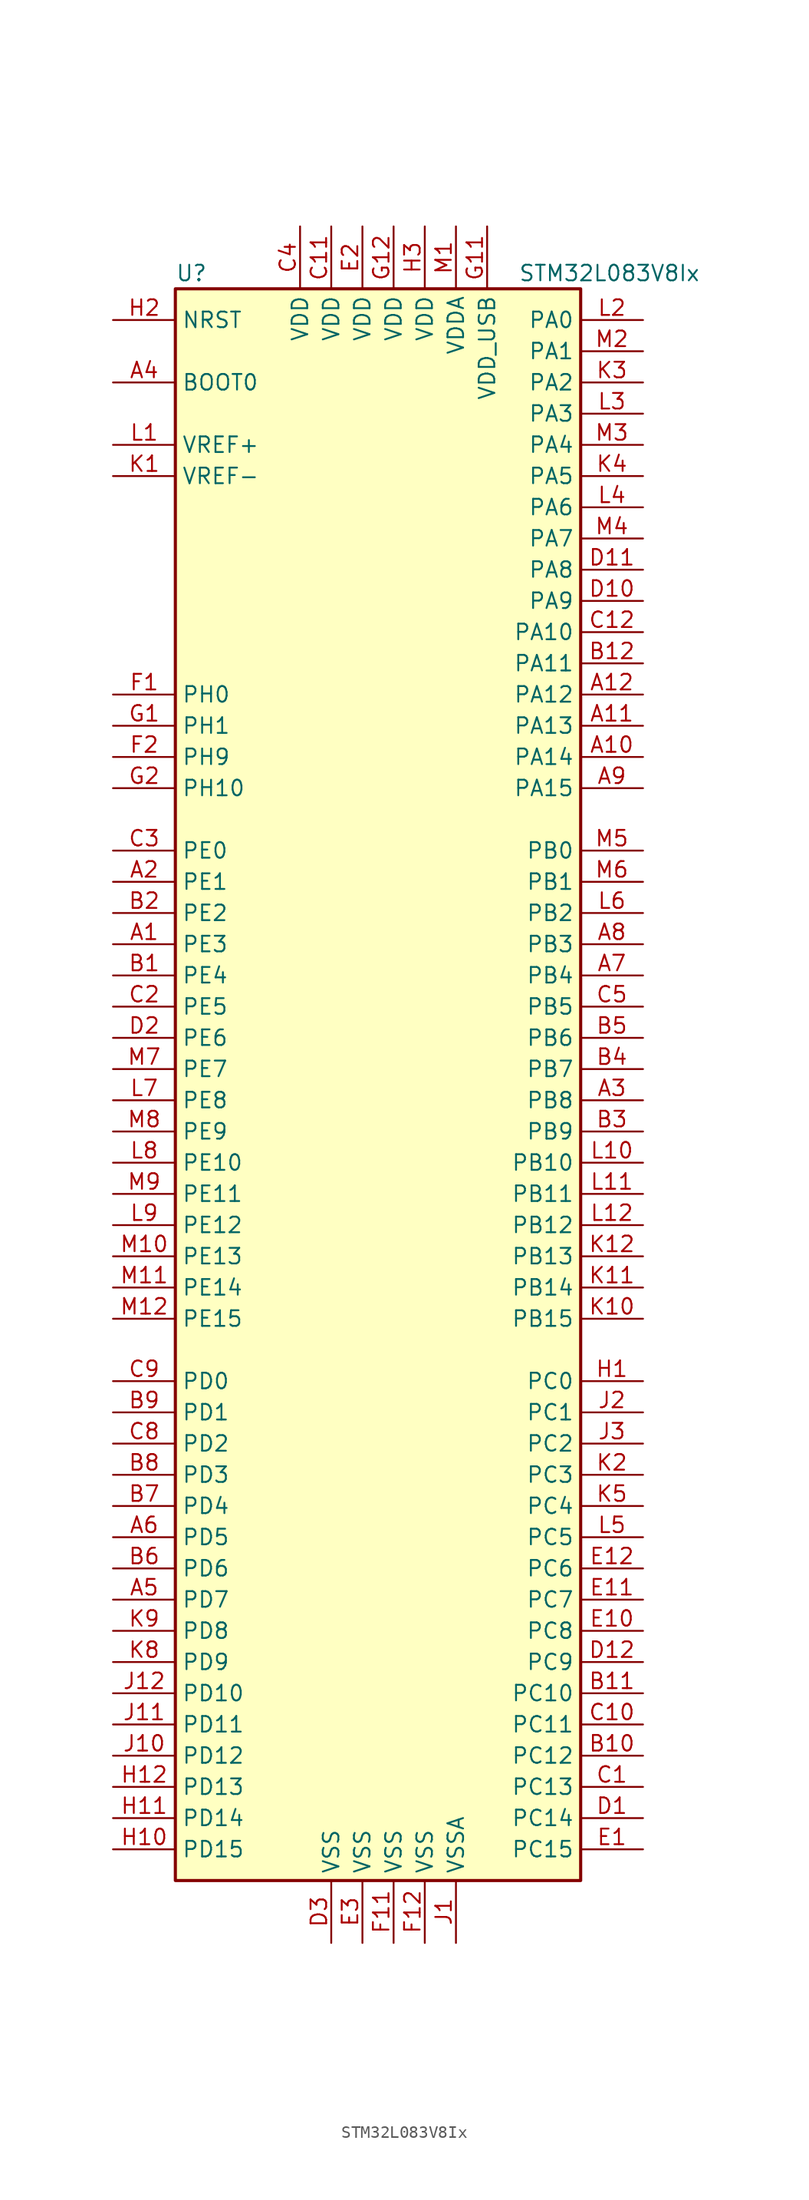
<source format=kicad_sym>
(kicad_symbol_lib
  (version 20201005)
  (generator kicad_symbol_editor)
  (symbol "STM32L083V8Ix"
    (property "Reference" "U"
      (at -17.78 64.77 0)
      (effects (font (size 1.27 1.27)) (justify left)))
    (property "Value" "STM32L083V8Ix"
      (at 10.16 64.77 0)
      (effects (font (size 1.27 1.27)) (justify left)))
    (symbol "STM32L083V8Ix_0_1"
      (rectangle (start -17.78 -66.04) (end 15.24 63.5) (stroke (width 0.254)) (fill (type background))))
    (symbol "STM32L083V8Ix_1_1"
      (pin bidirectional line (at -22.86 10.16 0) (length 5.08) (name "PE3" (effects (font (size 1.27 1.27)))) (number "A1" (effects (font (size 1.27 1.27)))))
      (pin bidirectional line (at 20.32 25.4 180) (length 5.08) (name "PA14" (effects (font (size 1.27 1.27)))) (number "A10" (effects (font (size 1.27 1.27)))))
      (pin bidirectional line (at 20.32 27.94 180) (length 5.08) (name "PA13" (effects (font (size 1.27 1.27)))) (number "A11" (effects (font (size 1.27 1.27)))))
      (pin bidirectional line (at 20.32 30.48 180) (length 5.08) (name "PA12" (effects (font (size 1.27 1.27)))) (number "A12" (effects (font (size 1.27 1.27)))))
      (pin bidirectional line (at -22.86 15.24 0) (length 5.08) (name "PE1" (effects (font (size 1.27 1.27)))) (number "A2" (effects (font (size 1.27 1.27)))))
      (pin bidirectional line (at 20.32 -2.54 180) (length 5.08) (name "PB8" (effects (font (size 1.27 1.27)))) (number "A3" (effects (font (size 1.27 1.27)))))
      (pin input line (at -22.86 55.88 0) (length 5.08) (name "BOOT0" (effects (font (size 1.27 1.27)))) (number "A4" (effects (font (size 1.27 1.27)))))
      (pin bidirectional line (at -22.86 -43.18 0) (length 5.08) (name "PD7" (effects (font (size 1.27 1.27)))) (number "A5" (effects (font (size 1.27 1.27)))))
      (pin bidirectional line (at -22.86 -38.1 0) (length 5.08) (name "PD5" (effects (font (size 1.27 1.27)))) (number "A6" (effects (font (size 1.27 1.27)))))
      (pin bidirectional line (at 20.32 7.62 180) (length 5.08) (name "PB4" (effects (font (size 1.27 1.27)))) (number "A7" (effects (font (size 1.27 1.27)))))
      (pin bidirectional line (at 20.32 10.16 180) (length 5.08) (name "PB3" (effects (font (size 1.27 1.27)))) (number "A8" (effects (font (size 1.27 1.27)))))
      (pin bidirectional line (at 20.32 22.86 180) (length 5.08) (name "PA15" (effects (font (size 1.27 1.27)))) (number "A9" (effects (font (size 1.27 1.27)))))
      (pin bidirectional line (at -22.86 7.62 0) (length 5.08) (name "PE4" (effects (font (size 1.27 1.27)))) (number "B1" (effects (font (size 1.27 1.27)))))
      (pin bidirectional line (at 20.32 -55.88 180) (length 5.08) (name "PC12" (effects (font (size 1.27 1.27)))) (number "B10" (effects (font (size 1.27 1.27)))))
      (pin bidirectional line (at 20.32 -50.8 180) (length 5.08) (name "PC10" (effects (font (size 1.27 1.27)))) (number "B11" (effects (font (size 1.27 1.27)))))
      (pin bidirectional line (at 20.32 33.02 180) (length 5.08) (name "PA11" (effects (font (size 1.27 1.27)))) (number "B12" (effects (font (size 1.27 1.27)))))
      (pin bidirectional line (at -22.86 12.7 0) (length 5.08) (name "PE2" (effects (font (size 1.27 1.27)))) (number "B2" (effects (font (size 1.27 1.27)))))
      (pin bidirectional line (at 20.32 -5.08 180) (length 5.08) (name "PB9" (effects (font (size 1.27 1.27)))) (number "B3" (effects (font (size 1.27 1.27)))))
      (pin bidirectional line (at 20.32 0 180) (length 5.08) (name "PB7" (effects (font (size 1.27 1.27)))) (number "B4" (effects (font (size 1.27 1.27)))))
      (pin bidirectional line (at 20.32 2.54 180) (length 5.08) (name "PB6" (effects (font (size 1.27 1.27)))) (number "B5" (effects (font (size 1.27 1.27)))))
      (pin bidirectional line (at -22.86 -40.64 0) (length 5.08) (name "PD6" (effects (font (size 1.27 1.27)))) (number "B6" (effects (font (size 1.27 1.27)))))
      (pin bidirectional line (at -22.86 -35.56 0) (length 5.08) (name "PD4" (effects (font (size 1.27 1.27)))) (number "B7" (effects (font (size 1.27 1.27)))))
      (pin bidirectional line (at -22.86 -33.02 0) (length 5.08) (name "PD3" (effects (font (size 1.27 1.27)))) (number "B8" (effects (font (size 1.27 1.27)))))
      (pin bidirectional line (at -22.86 -27.94 0) (length 5.08) (name "PD1" (effects (font (size 1.27 1.27)))) (number "B9" (effects (font (size 1.27 1.27)))))
      (pin bidirectional line (at 20.32 -58.42 180) (length 5.08) (name "PC13" (effects (font (size 1.27 1.27)))) (number "C1" (effects (font (size 1.27 1.27)))))
      (pin bidirectional line (at 20.32 -53.34 180) (length 5.08) (name "PC11" (effects (font (size 1.27 1.27)))) (number "C10" (effects (font (size 1.27 1.27)))))
      (pin power_in line (at -5.08 68.58 270) (length 5.08) (name "VDD" (effects (font (size 1.27 1.27)))) (number "C11" (effects (font (size 1.27 1.27)))))
      (pin bidirectional line (at 20.32 35.56 180) (length 5.08) (name "PA10" (effects (font (size 1.27 1.27)))) (number "C12" (effects (font (size 1.27 1.27)))))
      (pin bidirectional line (at -22.86 5.08 0) (length 5.08) (name "PE5" (effects (font (size 1.27 1.27)))) (number "C2" (effects (font (size 1.27 1.27)))))
      (pin bidirectional line (at -22.86 17.78 0) (length 5.08) (name "PE0" (effects (font (size 1.27 1.27)))) (number "C3" (effects (font (size 1.27 1.27)))))
      (pin power_in line (at -7.62 68.58 270) (length 5.08) (name "VDD" (effects (font (size 1.27 1.27)))) (number "C4" (effects (font (size 1.27 1.27)))))
      (pin bidirectional line (at 20.32 5.08 180) (length 5.08) (name "PB5" (effects (font (size 1.27 1.27)))) (number "C5" (effects (font (size 1.27 1.27)))))
      (pin bidirectional line (at -22.86 -30.48 0) (length 5.08) (name "PD2" (effects (font (size 1.27 1.27)))) (number "C8" (effects (font (size 1.27 1.27)))))
      (pin bidirectional line (at -22.86 -25.4 0) (length 5.08) (name "PD0" (effects (font (size 1.27 1.27)))) (number "C9" (effects (font (size 1.27 1.27)))))
      (pin bidirectional line (at 20.32 -60.96 180) (length 5.08) (name "PC14" (effects (font (size 1.27 1.27)))) (number "D1" (effects (font (size 1.27 1.27)))))
      (pin bidirectional line (at 20.32 38.1 180) (length 5.08) (name "PA9" (effects (font (size 1.27 1.27)))) (number "D10" (effects (font (size 1.27 1.27)))))
      (pin bidirectional line (at 20.32 40.64 180) (length 5.08) (name "PA8" (effects (font (size 1.27 1.27)))) (number "D11" (effects (font (size 1.27 1.27)))))
      (pin bidirectional line (at 20.32 -48.26 180) (length 5.08) (name "PC9" (effects (font (size 1.27 1.27)))) (number "D12" (effects (font (size 1.27 1.27)))))
      (pin bidirectional line (at -22.86 2.54 0) (length 5.08) (name "PE6" (effects (font (size 1.27 1.27)))) (number "D2" (effects (font (size 1.27 1.27)))))
      (pin power_in line (at -5.08 -71.12 90) (length 5.08) (name "VSS" (effects (font (size 1.27 1.27)))) (number "D3" (effects (font (size 1.27 1.27)))))
      (pin bidirectional line (at 20.32 -63.5 180) (length 5.08) (name "PC15" (effects (font (size 1.27 1.27)))) (number "E1" (effects (font (size 1.27 1.27)))))
      (pin bidirectional line (at 20.32 -45.72 180) (length 5.08) (name "PC8" (effects (font (size 1.27 1.27)))) (number "E10" (effects (font (size 1.27 1.27)))))
      (pin bidirectional line (at 20.32 -43.18 180) (length 5.08) (name "PC7" (effects (font (size 1.27 1.27)))) (number "E11" (effects (font (size 1.27 1.27)))))
      (pin bidirectional line (at 20.32 -40.64 180) (length 5.08) (name "PC6" (effects (font (size 1.27 1.27)))) (number "E12" (effects (font (size 1.27 1.27)))))
      (pin power_in line (at -2.54 68.58 270) (length 5.08) (name "VDD" (effects (font (size 1.27 1.27)))) (number "E2" (effects (font (size 1.27 1.27)))))
      (pin power_in line (at -2.54 -71.12 90) (length 5.08) (name "VSS" (effects (font (size 1.27 1.27)))) (number "E3" (effects (font (size 1.27 1.27)))))
      (pin input line (at -22.86 30.48 0) (length 5.08) (name "PH0" (effects (font (size 1.27 1.27)))) (number "F1" (effects (font (size 1.27 1.27)))))
      (pin power_in line (at 0 -71.12 90) (length 5.08) (name "VSS" (effects (font (size 1.27 1.27)))) (number "F11" (effects (font (size 1.27 1.27)))))
      (pin power_in line (at 2.54 -71.12 90) (length 5.08) (name "VSS" (effects (font (size 1.27 1.27)))) (number "F12" (effects (font (size 1.27 1.27)))))
      (pin bidirectional line (at -22.86 25.4 0) (length 5.08) (name "PH9" (effects (font (size 1.27 1.27)))) (number "F2" (effects (font (size 1.27 1.27)))))
      (pin input line (at -22.86 27.94 0) (length 5.08) (name "PH1" (effects (font (size 1.27 1.27)))) (number "G1" (effects (font (size 1.27 1.27)))))
      (pin power_in line (at 7.62 68.58 270) (length 5.08) (name "VDD_USB" (effects (font (size 1.27 1.27)))) (number "G11" (effects (font (size 1.27 1.27)))))
      (pin power_in line (at 0 68.58 270) (length 5.08) (name "VDD" (effects (font (size 1.27 1.27)))) (number "G12" (effects (font (size 1.27 1.27)))))
      (pin bidirectional line (at -22.86 22.86 0) (length 5.08) (name "PH10" (effects (font (size 1.27 1.27)))) (number "G2" (effects (font (size 1.27 1.27)))))
      (pin bidirectional line (at 20.32 -25.4 180) (length 5.08) (name "PC0" (effects (font (size 1.27 1.27)))) (number "H1" (effects (font (size 1.27 1.27)))))
      (pin bidirectional line (at -22.86 -63.5 0) (length 5.08) (name "PD15" (effects (font (size 1.27 1.27)))) (number "H10" (effects (font (size 1.27 1.27)))))
      (pin bidirectional line (at -22.86 -60.96 0) (length 5.08) (name "PD14" (effects (font (size 1.27 1.27)))) (number "H11" (effects (font (size 1.27 1.27)))))
      (pin bidirectional line (at -22.86 -58.42 0) (length 5.08) (name "PD13" (effects (font (size 1.27 1.27)))) (number "H12" (effects (font (size 1.27 1.27)))))
      (pin input line (at -22.86 60.96 0) (length 5.08) (name "NRST" (effects (font (size 1.27 1.27)))) (number "H2" (effects (font (size 1.27 1.27)))))
      (pin power_in line (at 2.54 68.58 270) (length 5.08) (name "VDD" (effects (font (size 1.27 1.27)))) (number "H3" (effects (font (size 1.27 1.27)))))
      (pin power_in line (at 5.08 -71.12 90) (length 5.08) (name "VSSA" (effects (font (size 1.27 1.27)))) (number "J1" (effects (font (size 1.27 1.27)))))
      (pin bidirectional line (at -22.86 -55.88 0) (length 5.08) (name "PD12" (effects (font (size 1.27 1.27)))) (number "J10" (effects (font (size 1.27 1.27)))))
      (pin bidirectional line (at -22.86 -53.34 0) (length 5.08) (name "PD11" (effects (font (size 1.27 1.27)))) (number "J11" (effects (font (size 1.27 1.27)))))
      (pin bidirectional line (at -22.86 -50.8 0) (length 5.08) (name "PD10" (effects (font (size 1.27 1.27)))) (number "J12" (effects (font (size 1.27 1.27)))))
      (pin bidirectional line (at 20.32 -27.94 180) (length 5.08) (name "PC1" (effects (font (size 1.27 1.27)))) (number "J2" (effects (font (size 1.27 1.27)))))
      (pin bidirectional line (at 20.32 -30.48 180) (length 5.08) (name "PC2" (effects (font (size 1.27 1.27)))) (number "J3" (effects (font (size 1.27 1.27)))))
      (pin power_in line (at -22.86 48.26 0) (length 5.08) (name "VREF-" (effects (font (size 1.27 1.27)))) (number "K1" (effects (font (size 1.27 1.27)))))
      (pin bidirectional line (at 20.32 -20.32 180) (length 5.08) (name "PB15" (effects (font (size 1.27 1.27)))) (number "K10" (effects (font (size 1.27 1.27)))))
      (pin bidirectional line (at 20.32 -17.78 180) (length 5.08) (name "PB14" (effects (font (size 1.27 1.27)))) (number "K11" (effects (font (size 1.27 1.27)))))
      (pin bidirectional line (at 20.32 -15.24 180) (length 5.08) (name "PB13" (effects (font (size 1.27 1.27)))) (number "K12" (effects (font (size 1.27 1.27)))))
      (pin bidirectional line (at 20.32 -33.02 180) (length 5.08) (name "PC3" (effects (font (size 1.27 1.27)))) (number "K2" (effects (font (size 1.27 1.27)))))
      (pin bidirectional line (at 20.32 55.88 180) (length 5.08) (name "PA2" (effects (font (size 1.27 1.27)))) (number "K3" (effects (font (size 1.27 1.27)))))
      (pin bidirectional line (at 20.32 48.26 180) (length 5.08) (name "PA5" (effects (font (size 1.27 1.27)))) (number "K4" (effects (font (size 1.27 1.27)))))
      (pin bidirectional line (at 20.32 -35.56 180) (length 5.08) (name "PC4" (effects (font (size 1.27 1.27)))) (number "K5" (effects (font (size 1.27 1.27)))))
      (pin bidirectional line (at -22.86 -48.26 0) (length 5.08) (name "PD9" (effects (font (size 1.27 1.27)))) (number "K8" (effects (font (size 1.27 1.27)))))
      (pin bidirectional line (at -22.86 -45.72 0) (length 5.08) (name "PD8" (effects (font (size 1.27 1.27)))) (number "K9" (effects (font (size 1.27 1.27)))))
      (pin power_in line (at -22.86 50.8 0) (length 5.08) (name "VREF+" (effects (font (size 1.27 1.27)))) (number "L1" (effects (font (size 1.27 1.27)))))
      (pin bidirectional line (at 20.32 -7.62 180) (length 5.08) (name "PB10" (effects (font (size 1.27 1.27)))) (number "L10" (effects (font (size 1.27 1.27)))))
      (pin bidirectional line (at 20.32 -10.16 180) (length 5.08) (name "PB11" (effects (font (size 1.27 1.27)))) (number "L11" (effects (font (size 1.27 1.27)))))
      (pin bidirectional line (at 20.32 -12.7 180) (length 5.08) (name "PB12" (effects (font (size 1.27 1.27)))) (number "L12" (effects (font (size 1.27 1.27)))))
      (pin bidirectional line (at 20.32 60.96 180) (length 5.08) (name "PA0" (effects (font (size 1.27 1.27)))) (number "L2" (effects (font (size 1.27 1.27)))))
      (pin bidirectional line (at 20.32 53.34 180) (length 5.08) (name "PA3" (effects (font (size 1.27 1.27)))) (number "L3" (effects (font (size 1.27 1.27)))))
      (pin bidirectional line (at 20.32 45.72 180) (length 5.08) (name "PA6" (effects (font (size 1.27 1.27)))) (number "L4" (effects (font (size 1.27 1.27)))))
      (pin bidirectional line (at 20.32 -38.1 180) (length 5.08) (name "PC5" (effects (font (size 1.27 1.27)))) (number "L5" (effects (font (size 1.27 1.27)))))
      (pin bidirectional line (at 20.32 12.7 180) (length 5.08) (name "PB2" (effects (font (size 1.27 1.27)))) (number "L6" (effects (font (size 1.27 1.27)))))
      (pin bidirectional line (at -22.86 -2.54 0) (length 5.08) (name "PE8" (effects (font (size 1.27 1.27)))) (number "L7" (effects (font (size 1.27 1.27)))))
      (pin bidirectional line (at -22.86 -7.62 0) (length 5.08) (name "PE10" (effects (font (size 1.27 1.27)))) (number "L8" (effects (font (size 1.27 1.27)))))
      (pin bidirectional line (at -22.86 -12.7 0) (length 5.08) (name "PE12" (effects (font (size 1.27 1.27)))) (number "L9" (effects (font (size 1.27 1.27)))))
      (pin power_in line (at 5.08 68.58 270) (length 5.08) (name "VDDA" (effects (font (size 1.27 1.27)))) (number "M1" (effects (font (size 1.27 1.27)))))
      (pin bidirectional line (at -22.86 -15.24 0) (length 5.08) (name "PE13" (effects (font (size 1.27 1.27)))) (number "M10" (effects (font (size 1.27 1.27)))))
      (pin bidirectional line (at -22.86 -17.78 0) (length 5.08) (name "PE14" (effects (font (size 1.27 1.27)))) (number "M11" (effects (font (size 1.27 1.27)))))
      (pin bidirectional line (at -22.86 -20.32 0) (length 5.08) (name "PE15" (effects (font (size 1.27 1.27)))) (number "M12" (effects (font (size 1.27 1.27)))))
      (pin bidirectional line (at 20.32 58.42 180) (length 5.08) (name "PA1" (effects (font (size 1.27 1.27)))) (number "M2" (effects (font (size 1.27 1.27)))))
      (pin bidirectional line (at 20.32 50.8 180) (length 5.08) (name "PA4" (effects (font (size 1.27 1.27)))) (number "M3" (effects (font (size 1.27 1.27)))))
      (pin bidirectional line (at 20.32 43.18 180) (length 5.08) (name "PA7" (effects (font (size 1.27 1.27)))) (number "M4" (effects (font (size 1.27 1.27)))))
      (pin bidirectional line (at 20.32 17.78 180) (length 5.08) (name "PB0" (effects (font (size 1.27 1.27)))) (number "M5" (effects (font (size 1.27 1.27)))))
      (pin bidirectional line (at 20.32 15.24 180) (length 5.08) (name "PB1" (effects (font (size 1.27 1.27)))) (number "M6" (effects (font (size 1.27 1.27)))))
      (pin bidirectional line (at -22.86 0 0) (length 5.08) (name "PE7" (effects (font (size 1.27 1.27)))) (number "M7" (effects (font (size 1.27 1.27)))))
      (pin bidirectional line (at -22.86 -5.08 0) (length 5.08) (name "PE9" (effects (font (size 1.27 1.27)))) (number "M8" (effects (font (size 1.27 1.27)))))
      (pin bidirectional line (at -22.86 -10.16 0) (length 5.08) (name "PE11" (effects (font (size 1.27 1.27)))) (number "M9" (effects (font (size 1.27 1.27))))))))
</source>
